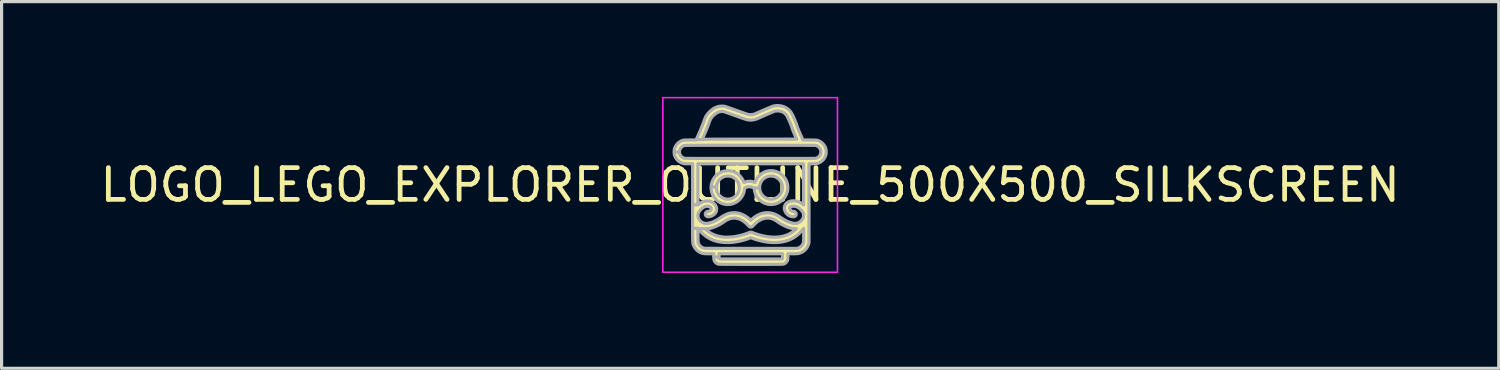
<source format=kicad_pcb>
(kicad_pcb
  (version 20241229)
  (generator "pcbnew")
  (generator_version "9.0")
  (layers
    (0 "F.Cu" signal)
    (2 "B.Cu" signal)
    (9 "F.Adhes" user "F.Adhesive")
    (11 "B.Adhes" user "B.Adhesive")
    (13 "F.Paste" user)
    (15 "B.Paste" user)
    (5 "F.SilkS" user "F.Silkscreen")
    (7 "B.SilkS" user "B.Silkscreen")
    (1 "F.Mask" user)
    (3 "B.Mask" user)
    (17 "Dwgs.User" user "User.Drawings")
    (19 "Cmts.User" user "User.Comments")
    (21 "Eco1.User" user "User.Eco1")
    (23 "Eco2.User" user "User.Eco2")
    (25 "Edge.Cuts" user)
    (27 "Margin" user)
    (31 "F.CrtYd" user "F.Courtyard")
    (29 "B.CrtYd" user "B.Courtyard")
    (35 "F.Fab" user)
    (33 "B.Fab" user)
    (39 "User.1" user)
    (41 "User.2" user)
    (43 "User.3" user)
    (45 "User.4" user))
  (footprint "LOGO_LEGO_EXPLORER_OUTLINE_500X500_SILKSCREEN"
    (layer "F.Cu")
    (at 20.577 2.775)
    (property "Reference" "LOGO_LEGO_EXPLORER_OUTLINE_500X500_SILKSCREEN" (at 0 0 0) (layer "F.SilkS") (effects (font (size 1 1) (thickness 0.15))))
    (attr exclude_from_pos_files exclude_from_bom)
    (fp_poly (pts (xy 0.703 -0.448) (xy 0.767 -0.438) (xy 0.829 -0.42) (xy 0.885 -0.396) (xy 0.944 -0.363) (xy 0.997 -0.324) (xy 1.044 -0.279) (xy 1.085 -0.229) (xy 1.12 -0.174) (xy 1.148 -0.114) (xy 1.169 -0.051) (xy 1.178 -0.013) (xy 1.181 0.012) (xy 1.184 0.043) (xy 1.185 0.077) (xy 1.185 0.111) (xy 1.183 0.142) (xy 1.18 0.168) (xy 1.18 0.171) (xy 1.166 0.228) (xy 1.146 0.285) (xy 1.119 0.341) (xy 1.095 0.381) (xy 1.079 0.404) (xy 1.057 0.429) (xy 1.032 0.456) (xy 1.006 0.481) (xy 0.98 0.504) (xy 0.957 0.522) (xy 0.952 0.525) (xy 0.896 0.558) (xy 0.837 0.584) (xy 0.776 0.602) (xy 0.715 0.612) (xy 0.654 0.616) (xy 0.593 0.612) (xy 0.534 0.601) (xy 0.476 0.583) (xy 0.42 0.559) (xy 0.367 0.528) (xy 0.318 0.491) (xy 0.273 0.448) (xy 0.232 0.398) (xy 0.197 0.343) (xy 0.189 0.327) (xy 0.17 0.287) (xy 0.155 0.247) (xy 0.144 0.205) (xy 0.135 0.158) (xy 0.13 0.123) (xy 0.127 0.098) (xy 0.123 0.096) (xy 0.297 0.096) (xy 0.302 0.145) (xy 0.313 0.193) (xy 0.331 0.24) (xy 0.357 0.285) (xy 0.39 0.328) (xy 0.393 0.332) (xy 0.432 0.369) (xy 0.476 0.399) (xy 0.523 0.422) (xy 0.573 0.438) (xy 0.626 0.446) (xy 0.68 0.447) (xy 0.734 0.44) (xy 0.782 0.426) (xy 0.829 0.404) (xy 0.872 0.376) (xy 0.911 0.341) (xy 0.945 0.301) (xy 0.973 0.257) (xy 0.983 0.237) (xy 0.994 0.21) (xy 1.003 0.188) (xy 1.009 0.166) (xy 1.012 0.144) (xy 1.014 0.118) (xy 1.014 0.087) (xy 1.014 0.083) (xy 1.014 0.051) (xy 1.012 0.025) (xy 1.009 0.002) (xy 1.004 -0.019) (xy 0.995 -0.041) (xy 0.984 -0.067) (xy 0.983 -0.07) (xy 0.956 -0.118) (xy 0.923 -0.161) (xy 0.885 -0.199) (xy 0.841 -0.23) (xy 0.792 -0.255) (xy 0.74 -0.272) (xy 0.735 -0.273) (xy 0.705 -0.278) (xy 0.67 -0.28) (xy 0.634 -0.28) (xy 0.598 -0.276) (xy 0.573 -0.271) (xy 0.522 -0.255) (xy 0.476 -0.232) (xy 0.434 -0.204) (xy 0.398 -0.17) (xy 0.366 -0.133) (xy 0.341 -0.092) (xy 0.321 -0.047) (xy 0.307 -0.001) (xy 0.299 0.047) (xy 0.297 0.096) (xy 0.123 0.096) (xy 0.1 0.084) (xy 0.066 0.07) (xy 0.03 0.061) (xy -0.009 0.057) (xy -0.023 0.057) (xy -0.064 0.059) (xy -0.1 0.066) (xy -0.135 0.079) (xy -0.146 0.084) (xy -0.173 0.098) (xy -0.18 0.15) (xy -0.193 0.217) (xy -0.214 0.281) (xy -0.242 0.341) (xy -0.276 0.396) (xy -0.318 0.446) (xy -0.365 0.491) (xy -0.419 0.531) (xy -0.475 0.563) (xy -0.535 0.588) (xy -0.597 0.605) (xy -0.642 0.612) (xy -0.664 0.614) (xy -0.69 0.616) (xy -0.715 0.616) (xy -0.738 0.615) (xy -0.754 0.614) (xy -0.808 0.605) (xy -0.856 0.593) (xy -0.9 0.578) (xy -0.935 0.561) (xy -0.992 0.528) (xy -1.045 0.489) (xy -1.092 0.443) (xy -1.133 0.392) (xy -1.167 0.336) (xy -1.171 0.329) (xy -1.195 0.275) (xy -1.213 0.221) (xy -1.224 0.166) (xy -1.229 0.107) (xy -1.229 0.102) (xy -1.062 0.102) (xy -1.06 0.135) (xy -1.055 0.165) (xy -1.046 0.196) (xy -1.041 0.21) (xy -1.021 0.255) (xy -0.995 0.297) (xy -0.963 0.335) (xy -0.922 0.372) (xy -0.877 0.403) (xy -0.829 0.426) (xy -0.778 0.441) (xy -0.75 0.445) (xy -0.728 0.448) (xy -0.712 0.449) (xy -0.696 0.449) (xy -0.678 0.447) (xy -0.662 0.446) (xy -0.609 0.435) (xy -0.559 0.417) (xy -0.512 0.392) (xy -0.47 0.36) (xy -0.432 0.323) (xy -0.4 0.28) (xy -0.375 0.233) (xy -0.369 0.22) (xy -0.358 0.188) (xy -0.35 0.158) (xy -0.346 0.126) (xy -0.344 0.09) (xy -0.344 0.083) (xy -0.348 0.027) (xy -0.359 -0.026) (xy -0.378 -0.075) (xy -0.405 -0.121) (xy -0.439 -0.164) (xy -0.446 -0.171) (xy -0.487 -0.208) (xy -0.532 -0.238) (xy -0.58 -0.259) (xy -0.631 -0.274) (xy -0.686 -0.28) (xy -0.708 -0.28) (xy -0.748 -0.278) (xy -0.783 -0.273) (xy -0.817 -0.262) (xy -0.854 -0.247) (xy -0.865 -0.242) (xy -0.912 -0.214) (xy -0.953 -0.18) (xy -0.988 -0.14) (xy -1.018 -0.095) (xy -1.041 -0.044) (xy -1.046 -0.029) (xy -1.052 -0.01) (xy -1.056 0.006) (xy -1.059 0.023) (xy -1.061 0.042) (xy -1.062 0.064) (xy -1.062 0.102) (xy -1.229 0.102) (xy -1.23 0.083) (xy -1.227 0.022) (xy -1.218 -0.034) (xy -1.203 -0.089) (xy -1.18 -0.143) (xy -1.171 -0.162) (xy -1.137 -0.218) (xy -1.099 -0.269) (xy -1.055 -0.313) (xy -1.007 -0.352) (xy -0.956 -0.384) (xy -0.902 -0.41) (xy -0.845 -0.429) (xy -0.787 -0.442) (xy -0.727 -0.448) (xy -0.667 -0.448) (xy -0.608 -0.44) (xy -0.549 -0.426) (xy -0.491 -0.404) (xy -0.435 -0.376) (xy -0.382 -0.34) (xy -0.345 -0.308) (xy -0.313 -0.276) (xy -0.283 -0.238) (xy -0.255 -0.198) (xy -0.231 -0.156) (xy -0.212 -0.116) (xy -0.21 -0.11) (xy -0.204 -0.094) (xy -0.199 -0.085) (xy -0.195 -0.081) (xy -0.192 -0.081) (xy -0.135 -0.101) (xy -0.076 -0.112) (xy -0.017 -0.116) (xy 0.036 -0.112) (xy 0.055 -0.109) (xy 0.078 -0.103) (xy 0.103 -0.096) (xy 0.126 -0.089) (xy 0.146 -0.082) (xy 0.148 -0.081) (xy 0.152 -0.083) (xy 0.157 -0.092) (xy 0.16 -0.099) (xy 0.187 -0.158) (xy 0.22 -0.214) (xy 0.259 -0.265) (xy 0.304 -0.311) (xy 0.353 -0.351) (xy 0.407 -0.385) (xy 0.464 -0.412) (xy 0.508 -0.428) (xy 0.574 -0.443) (xy 0.639 -0.449)) (stroke (width 0) (type solid)) (fill yes) (layer "F.SilkS"))
    (fp_poly (pts (xy 0.925 -2.496) (xy 0.991 -2.485) (xy 1.042 -2.471) (xy 1.089 -2.452) (xy 1.136 -2.426) (xy 1.181 -2.396) (xy 1.222 -2.363) (xy 1.258 -2.326) (xy 1.287 -2.288) (xy 1.288 -2.286) (xy 1.304 -2.259) (xy 1.322 -2.226) (xy 1.341 -2.188) (xy 1.362 -2.145) (xy 1.382 -2.1) (xy 1.403 -2.053) (xy 1.422 -2.006) (xy 1.44 -1.96) (xy 1.457 -1.917) (xy 1.47 -1.878) (xy 1.481 -1.844) (xy 1.483 -1.834) (xy 1.487 -1.824) (xy 1.493 -1.807) (xy 1.502 -1.784) (xy 1.513 -1.757) (xy 1.526 -1.725) (xy 1.541 -1.69) (xy 1.557 -1.653) (xy 1.574 -1.614) (xy 1.576 -1.61) (xy 1.66 -1.417) (xy 1.873 -1.416) (xy 1.922 -1.415) (xy 1.964 -1.415) (xy 1.999 -1.415) (xy 2.028 -1.414) (xy 2.052 -1.413) (xy 2.072 -1.412) (xy 2.089 -1.41) (xy 2.103 -1.408) (xy 2.115 -1.406) (xy 2.126 -1.403) (xy 2.137 -1.399) (xy 2.149 -1.394) (xy 2.162 -1.389) (xy 2.163 -1.389) (xy 2.211 -1.365) (xy 2.255 -1.334) (xy 2.294 -1.297) (xy 2.329 -1.256) (xy 2.356 -1.211) (xy 2.371 -1.178) (xy 2.387 -1.126) (xy 2.395 -1.073) (xy 2.396 -1.02) (xy 2.389 -0.968) (xy 2.375 -0.918) (xy 2.354 -0.87) (xy 2.328 -0.826) (xy 2.295 -0.785) (xy 2.256 -0.749) (xy 2.212 -0.718) (xy 2.166 -0.695) (xy 2.145 -0.687) (xy 2.124 -0.68) (xy 2.102 -0.675) (xy 2.078 -0.671) (xy 2.051 -0.669) (xy 2.018 -0.667) (xy 1.979 -0.667) (xy 1.957 -0.667) (xy 1.854 -0.667) (xy 1.853 0.578) (xy 1.852 1.823) (xy 1.842 1.856) (xy 1.822 1.913) (xy 1.794 1.966) (xy 1.76 2.014) (xy 1.738 2.038) (xy 1.695 2.078) (xy 1.647 2.111) (xy 1.595 2.136) (xy 1.573 2.144) (xy 1.555 2.15) (xy 1.539 2.155) (xy 1.521 2.158) (xy 1.503 2.161) (xy 1.481 2.163) (xy 1.456 2.165) (xy 1.426 2.166) (xy 1.39 2.166) (xy 1.348 2.167) (xy 1.331 2.167) (xy 1.188 2.167) (xy 1.187 2.261) (xy 1.185 2.356) (xy 1.17 2.389) (xy 1.149 2.424) (xy 1.122 2.452) (xy 1.09 2.475) (xy 1.054 2.491) (xy 1.044 2.494) (xy 1.04 2.494) (xy 1.036 2.495) (xy 1.029 2.496) (xy 1.021 2.496) (xy 1.01 2.497) (xy 0.997 2.497) (xy 0.981 2.497) (xy 0.962 2.498) (xy 0.939 2.498) (xy 0.912 2.498) (xy 0.882 2.499) (xy 0.846 2.499) (xy 0.806 2.499) (xy 0.761 2.499) (xy 0.711 2.499) (xy 0.655 2.5) (xy 0.593 2.5) (xy 0.524 2.5) (xy 0.449 2.5) (xy 0.367 2.5) (xy 0.278 2.5) (xy 0.181 2.5) (xy 0.077 2.5) (xy 0.019 2.5) (xy -0.091 2.5) (xy -0.192 2.5) (xy -0.286 2.5) (xy -0.372 2.5) (xy -0.451 2.499) (xy -0.523 2.499) (xy -0.589 2.499) (xy -0.649 2.499) (xy -0.703 2.499) (xy -0.751 2.499) (xy -0.793 2.499) (xy -0.831 2.498) (xy -0.864 2.498) (xy -0.893 2.498) (xy -0.918 2.497) (xy -0.939 2.497) (xy -0.956 2.497) (xy -0.97 2.496) (xy -0.982 2.496) (xy -0.99 2.495) (xy -0.997 2.495) (xy -1.001 2.494) (xy -1.004 2.493) (xy -1.038 2.481) (xy -1.068 2.461) (xy -1.089 2.443) (xy -1.105 2.425) (xy -1.119 2.407) (xy -1.129 2.389) (xy -1.136 2.368) (xy -1.141 2.344) (xy -1.144 2.315) (xy -1.146 2.28) (xy -1.146 2.249) (xy -1.146 2.242) (xy -0.979 2.242) (xy -0.979 2.269) (xy -0.979 2.288) (xy -0.978 2.302) (xy -0.977 2.312) (xy -0.976 2.318) (xy -0.973 2.322) (xy -0.971 2.325) (xy -0.97 2.326) (xy -0.969 2.327) (xy -0.967 2.328) (xy -0.964 2.328) (xy -0.96 2.329) (xy -0.954 2.329) (xy -0.947 2.33) (xy -0.937 2.33) (xy -0.925 2.331) (xy -0.91 2.331) (xy -0.892 2.332) (xy -0.87 2.332) (xy -0.845 2.332) (xy -0.815 2.332) (xy -0.782 2.333) (xy -0.743 2.333) (xy -0.7 2.333) (xy -0.651 2.333) (xy -0.596 2.333) (xy -0.536 2.333) (xy -0.469 2.333) (xy -0.395 2.333) (xy -0.315 2.333) (xy -0.227 2.333) (xy -0.132 2.333) (xy -0.029 2.333) (xy 0.021 2.333) (xy 0.128 2.333) (xy 0.226 2.333) (xy 0.317 2.333) (xy 0.401 2.333) (xy 0.478 2.333) (xy 0.547 2.333) (xy 0.611 2.333) (xy 0.668 2.333) (xy 0.72 2.333) (xy 0.766 2.333) (xy 0.806 2.333) (xy 0.842 2.333) (xy 0.874 2.332) (xy 0.901 2.332) (xy 0.924 2.332) (xy 0.944 2.331) (xy 0.96 2.331) (xy 0.974 2.331) (xy 0.984 2.33) (xy 0.993 2.33) (xy 0.999 2.329) (xy 1.004 2.329) (xy 1.007 2.328) (xy 1.009 2.327) (xy 1.011 2.326) (xy 1.012 2.325) (xy 1.012 2.325) (xy 1.015 2.321) (xy 1.018 2.317) (xy 1.019 2.31) (xy 1.02 2.299) (xy 1.021 2.284) (xy 1.021 2.263) (xy 1.021 2.242) (xy 1.021 2.167) (xy 0.021 2.167) (xy -0.979 2.167) (xy -0.979 2.242) (xy -1.146 2.242) (xy -1.146 2.167) (xy -1.289 2.167) (xy -1.335 2.167) (xy -1.373 2.166) (xy -1.405 2.165) (xy -1.432 2.164) (xy -1.456 2.162) (xy -1.476 2.159) (xy -1.494 2.155) (xy -1.511 2.151) (xy -1.529 2.145) (xy -1.542 2.14) (xy -1.584 2.122) (xy -1.622 2.1) (xy -1.658 2.073) (xy -1.69 2.044) (xy -1.722 2.008) (xy -1.748 1.972) (xy -1.77 1.934) (xy -1.786 1.896) (xy -1.788 1.89) (xy -1.791 1.884) (xy -1.793 1.878) (xy -1.795 1.873) (xy -1.797 1.867) (xy -1.799 1.861) (xy -1.8 1.855) (xy -1.802 1.847) (xy -1.803 1.838) (xy -1.805 1.827) (xy -1.806 1.814) (xy -1.807 1.799) (xy -1.808 1.782) (xy -1.808 1.762) (xy -1.809 1.739) (xy -1.81 1.712) (xy -1.81 1.682) (xy -1.811 1.648) (xy -1.811 1.61) (xy -1.812 1.567) (xy -1.812 1.52) (xy -1.812 1.467) (xy -1.812 1.409) (xy -1.812 1.365) (xy -1.646 1.365) (xy -1.645 1.581) (xy -1.644 1.629) (xy -1.644 1.67) (xy -1.644 1.703) (xy -1.643 1.731) (xy -1.643 1.753) (xy -1.642 1.771) (xy -1.642 1.785) (xy -1.641 1.795) (xy -1.64 1.804) (xy -1.638 1.811) (xy -1.637 1.817) (xy -1.635 1.823) (xy -1.634 1.825) (xy -1.614 1.869) (xy -1.589 1.907) (xy -1.558 1.938) (xy -1.522 1.964) (xy -1.485 1.982) (xy -1.467 1.988) (xy -1.45 1.993) (xy -1.438 1.996) (xy -1.432 1.996) (xy -1.418 1.996) (xy -1.397 1.997) (xy -1.368 1.997) (xy -1.333 1.997) (xy -1.29 1.997) (xy -1.241 1.997) (xy -1.185 1.997) (xy -1.124 1.998) (xy -1.057 1.998) (xy -0.985 1.998) (xy -0.908 1.998) (xy -0.826 1.998) (xy -0.74 1.998) (xy -0.65 1.998) (xy -0.555 1.998) (xy -0.458 1.998) (xy -0.357 1.999) (xy -0.254 1.999) (xy -0.148 1.999) (xy -0.039 1.999) (xy 0.033 1.998) (xy 1.485 1.998) (xy 1.512 1.988) (xy 1.549 1.972) (xy 1.581 1.953) (xy 1.61 1.928) (xy 1.613 1.925) (xy 1.639 1.896) (xy 1.659 1.864) (xy 1.675 1.827) (xy 1.676 1.825) (xy 1.678 1.819) (xy 1.679 1.813) (xy 1.681 1.806) (xy 1.682 1.798) (xy 1.683 1.789) (xy 1.684 1.776) (xy 1.685 1.76) (xy 1.685 1.739) (xy 1.685 1.713) (xy 1.686 1.682) (xy 1.686 1.644) (xy 1.686 1.598) (xy 1.686 1.581) (xy 1.687 1.365) (xy 1.678 1.377) (xy 1.618 1.45) (xy 1.557 1.516) (xy 1.493 1.574) (xy 1.426 1.625) (xy 1.356 1.67) (xy 1.282 1.708) (xy 1.214 1.737) (xy 1.129 1.766) (xy 1.039 1.788) (xy 0.945 1.804) (xy 0.847 1.813) (xy 0.746 1.815) (xy 0.642 1.81) (xy 0.536 1.799) (xy 0.427 1.782) (xy 0.318 1.757) (xy 0.207 1.727) (xy 0.095 1.69) (xy 0.082 1.685) (xy 0.021 1.662) (xy -0.034 1.683) (xy -0.115 1.711) (xy -0.195 1.736) (xy -0.27 1.756) (xy -0.385 1.781) (xy -0.498 1.8) (xy -0.608 1.811) (xy -0.714 1.815) (xy -0.817 1.812) (xy -0.916 1.802) (xy -1.012 1.785) (xy -1.103 1.761) (xy -1.173 1.736) (xy -1.249 1.704) (xy -1.32 1.666) (xy -1.387 1.623) (xy -1.451 1.573) (xy -1.513 1.518) (xy -1.572 1.455) (xy -1.631 1.384) (xy -1.634 1.379) (xy -1.416 1.379) (xy -1.381 1.413) (xy -1.323 1.462) (xy -1.262 1.505) (xy -1.197 1.543) (xy -1.127 1.574) (xy -1.052 1.6) (xy -0.971 1.62) (xy -0.884 1.635) (xy -0.817 1.643) (xy -0.798 1.644) (xy -0.773 1.645) (xy -0.743 1.645) (xy -0.709 1.644) (xy -0.673 1.643) (xy -0.638 1.641) (xy -0.604 1.639) (xy -0.573 1.637) (xy -0.547 1.635) (xy -0.535 1.634) (xy -0.431 1.617) (xy -0.328 1.595) (xy -0.226 1.568) (xy -0.128 1.536) (xy -0.054 1.508) (xy -0.027 1.498) (xy -0.006 1.491) (xy 0.012 1.487) (xy 0.029 1.488) (xy 0.047 1.491) (xy 0.068 1.498) (xy 0.087 1.506) (xy 0.15 1.53) (xy 0.219 1.553) (xy 0.291 1.575) (xy 0.364 1.594) (xy 0.435 1.61) (xy 0.456 1.614) (xy 0.563 1.632) (xy 0.667 1.642) (xy 0.766 1.646) (xy 0.862 1.642) (xy 0.953 1.632) (xy 1.04 1.614) (xy 1.123 1.589) (xy 1.201 1.558) (xy 1.275 1.519) (xy 1.345 1.474) (xy 1.41 1.421) (xy 1.423 1.409) (xy 1.455 1.379) (xy 1.416 1.379) (xy 1.362 1.376) (xy 1.305 1.366) (xy 1.244 1.351) (xy 1.18 1.329) (xy 1.114 1.302) (xy 1.047 1.27) (xy 0.979 1.234) (xy 0.912 1.192) (xy 0.873 1.166) (xy 0.837 1.141) (xy 0.807 1.122) (xy 0.78 1.106) (xy 0.755 1.092) (xy 0.731 1.081) (xy 0.705 1.072) (xy 0.684 1.064) (xy 0.626 1.049) (xy 0.567 1.042) (xy 0.509 1.044) (xy 0.45 1.053) (xy 0.39 1.071) (xy 0.33 1.096) (xy 0.327 1.098) (xy 0.284 1.121) (xy 0.243 1.148) (xy 0.202 1.179) (xy 0.161 1.216) (xy 0.118 1.258) (xy 0.092 1.286) (xy 0.077 1.301) (xy 0.066 1.312) (xy 0.058 1.318) (xy 0.049 1.322) (xy 0.04 1.324) (xy 0.02 1.326) (xy -0.000298 1.323) (xy -0.007 1.321) (xy -0.014 1.318) (xy -0.022 1.312) (xy -0.032 1.304) (xy -0.045 1.293) (xy -0.061 1.277) (xy -0.082 1.256) (xy -0.088 1.25) (xy -0.135 1.204) (xy -0.18 1.166) (xy -0.224 1.134) (xy -0.267 1.107) (xy -0.311 1.085) (xy -0.357 1.068) (xy -0.38 1.061) (xy -0.44 1.048) (xy -0.5 1.043) (xy -0.56 1.046) (xy -0.621 1.058) (xy -0.681 1.078) (xy -0.692 1.083) (xy -0.713 1.092) (xy -0.731 1.102) (xy -0.75 1.112) (xy -0.771 1.125) (xy -0.795 1.14) (xy -0.823 1.16) (xy -0.833 1.167) (xy -0.911 1.218) (xy -0.988 1.262) (xy -1.065 1.3) (xy -1.143 1.331) (xy -1.187 1.346) (xy -1.232 1.36) (xy -1.272 1.369) (xy -1.309 1.376) (xy -1.344 1.379) (xy -1.37 1.38) (xy -1.416 1.379) (xy -1.634 1.379) (xy -1.636 1.377) (xy -1.646 1.365) (xy -1.812 1.365) (xy -1.812 1.346) (xy -1.812 1.276) (xy -1.812 1.201) (xy -1.813 1.118) (xy -1.813 1.029) (xy -1.813 0.933) (xy -1.813 0.83) (xy -1.813 0.718) (xy -1.813 0.599) (xy -1.812 0.56) (xy -1.812 -0.02) (xy -1.646 -0.02) (xy -1.646 0.626) (xy -1.636 0.618) (xy -1.628 0.612) (xy -1.616 0.603) (xy -1.602 0.591) (xy -1.597 0.588) (xy -1.57 0.57) (xy -1.538 0.551) (xy -1.503 0.535) (xy -1.469 0.522) (xy -1.45 0.516) (xy -1.425 0.511) (xy -1.396 0.508) (xy -1.363 0.506) (xy -1.33 0.506) (xy -1.299 0.508) (xy -1.272 0.511) (xy -1.258 0.514) (xy -1.214 0.53) (xy -1.174 0.553) (xy -1.139 0.581) (xy -1.108 0.615) (xy -1.085 0.652) (xy -1.068 0.693) (xy -1.065 0.704) (xy -1.06 0.729) (xy -1.059 0.757) (xy -1.06 0.787) (xy -1.063 0.815) (xy -1.069 0.838) (xy -1.07 0.842) (xy -1.085 0.87) (xy -1.106 0.899) (xy -1.131 0.926) (xy -1.16 0.949) (xy -1.177 0.96) (xy -1.207 0.974) (xy -1.239 0.986) (xy -1.271 0.994) (xy -1.302 0.999) (xy -1.33 1) (xy -1.354 0.996) (xy -1.366 0.992) (xy -1.387 0.977) (xy -1.402 0.958) (xy -1.41 0.935) (xy -1.412 0.912) (xy -1.407 0.888) (xy -1.397 0.87) (xy -1.383 0.854) (xy -1.365 0.843) (xy -1.341 0.836) (xy -1.324 0.833) (xy -1.296 0.827) (xy -1.27 0.817) (xy -1.248 0.805) (xy -1.237 0.795) (xy -1.228 0.783) (xy -1.225 0.77) (xy -1.225 0.765) (xy -1.229 0.74) (xy -1.241 0.717) (xy -1.26 0.698) (xy -1.285 0.683) (xy -1.285 0.683) (xy -1.298 0.678) (xy -1.312 0.675) (xy -1.329 0.673) (xy -1.344 0.673) (xy -1.378 0.675) (xy -1.409 0.68) (xy -1.439 0.69) (xy -1.456 0.698) (xy -1.488 0.717) (xy -1.52 0.741) (xy -1.551 0.771) (xy -1.58 0.803) (xy -1.605 0.838) (xy -1.625 0.872) (xy -1.638 0.905) (xy -1.638 0.906) (xy -1.643 0.922) (xy -1.645 0.937) (xy -1.645 0.955) (xy -1.645 0.974) (xy -1.641 1.008) (xy -1.634 1.038) (xy -1.621 1.067) (xy -1.605 1.093) (xy -1.577 1.129) (xy -1.543 1.159) (xy -1.505 1.183) (xy -1.463 1.2) (xy -1.418 1.209) (xy -1.37 1.212) (xy -1.321 1.207) (xy -1.307 1.204) (xy -1.253 1.19) (xy -1.2 1.173) (xy -1.146 1.151) (xy -1.091 1.125) (xy -1.034 1.093) (xy -0.973 1.056) (xy -0.935 1.031) (xy -0.886 0.999) (xy -0.842 0.972) (xy -0.802 0.95) (xy -0.765 0.932) (xy -0.73 0.916) (xy -0.695 0.904) (xy -0.669 0.896) (xy -0.605 0.882) (xy -0.539 0.875) (xy -0.471 0.875) (xy -0.404 0.882) (xy -0.339 0.896) (xy -0.339 0.896) (xy -0.277 0.917) (xy -0.215 0.945) (xy -0.153 0.978) (xy -0.094 1.018) (xy -0.039 1.061) (xy -0.014 1.085) (xy 0.016 1.114) (xy 0.044 1.089) (xy 0.069 1.067) (xy 0.091 1.049) (xy 0.111 1.032) (xy 0.133 1.017) (xy 0.158 0.999) (xy 0.163 0.996) (xy 0.229 0.956) (xy 0.297 0.923) (xy 0.366 0.899) (xy 0.436 0.883) (xy 0.506 0.875) (xy 0.577 0.875) (xy 0.648 0.884) (xy 0.718 0.901) (xy 0.738 0.907) (xy 0.779 0.922) (xy 0.824 0.942) (xy 0.869 0.966) (xy 0.911 0.991) (xy 0.925 1) (xy 0.974 1.033) (xy 1.017 1.061) (xy 1.056 1.085) (xy 1.091 1.106) (xy 1.124 1.124) (xy 1.155 1.139) (xy 1.186 1.153) (xy 1.218 1.165) (xy 1.251 1.177) (xy 1.273 1.185) (xy 1.321 1.199) (xy 1.364 1.208) (xy 1.402 1.212) (xy 1.437 1.211) (xy 1.47 1.206) (xy 1.503 1.196) (xy 1.533 1.183) (xy 1.561 1.166) (xy 1.59 1.144) (xy 1.617 1.118) (xy 1.64 1.092) (xy 1.651 1.077) (xy 1.668 1.043) (xy 1.68 1.004) (xy 1.684 0.965) (xy 1.681 0.925) (xy 1.675 0.898) (xy 1.662 0.869) (xy 1.643 0.837) (xy 1.619 0.805) (xy 1.591 0.774) (xy 1.56 0.746) (xy 1.528 0.721) (xy 1.495 0.701) (xy 1.49 0.698) (xy 1.454 0.683) (xy 1.418 0.674) (xy 1.378 0.67) (xy 1.358 0.67) (xy 1.323 0.671) (xy 1.295 0.677) (xy 1.273 0.687) (xy 1.256 0.7) (xy 1.246 0.716) (xy 1.244 0.735) (xy 1.249 0.756) (xy 1.254 0.766) (xy 1.27 0.792) (xy 1.289 0.811) (xy 1.313 0.824) (xy 1.342 0.832) (xy 1.357 0.834) (xy 1.384 0.838) (xy 1.404 0.844) (xy 1.408 0.846) (xy 1.428 0.862) (xy 1.442 0.881) (xy 1.449 0.904) (xy 1.449 0.927) (xy 1.443 0.95) (xy 1.43 0.972) (xy 1.422 0.98) (xy 1.41 0.989) (xy 1.397 0.995) (xy 1.381 0.999) (xy 1.359 1) (xy 1.353 1) (xy 1.306 0.996) (xy 1.261 0.984) (xy 1.219 0.965) (xy 1.181 0.938) (xy 1.147 0.905) (xy 1.129 0.882) (xy 1.105 0.841) (xy 1.088 0.8) (xy 1.079 0.759) (xy 1.077 0.718) (xy 1.082 0.679) (xy 1.095 0.642) (xy 1.115 0.608) (xy 1.142 0.577) (xy 1.176 0.551) (xy 1.207 0.533) (xy 1.251 0.516) (xy 1.299 0.505) (xy 1.35 0.501) (xy 1.402 0.502) (xy 1.455 0.51) (xy 1.507 0.524) (xy 1.557 0.543) (xy 1.569 0.549) (xy 1.588 0.559) (xy 1.61 0.573) (xy 1.632 0.588) (xy 1.652 0.603) (xy 1.667 0.616) (xy 1.683 0.63) (xy 1.683 -0.018) (xy 1.683 -0.667) (xy 0.019 -0.667) (xy -1.646 -0.667) (xy -1.646 -0.02) (xy -1.812 -0.02) (xy -1.812 -0.667) (xy -1.935 -0.667) (xy -1.967 -0.667) (xy -1.998 -0.667) (xy -2.026 -0.668) (xy -2.05 -0.669) (xy -2.069 -0.67) (xy -2.08 -0.671) (xy -2.082 -0.671) (xy -2.136 -0.685) (xy -2.187 -0.706) (xy -2.233 -0.734) (xy -2.276 -0.768) (xy -2.313 -0.808) (xy -2.344 -0.853) (xy -2.359 -0.881) (xy -2.372 -0.911) (xy -2.381 -0.937) (xy -2.388 -0.961) (xy -2.392 -0.987) (xy -2.393 -1.017) (xy -2.394 -1.037) (xy -2.228 -1.037) (xy -2.226 -1.011) (xy -2.215 -0.971) (xy -2.197 -0.934) (xy -2.173 -0.902) (xy -2.143 -0.875) (xy -2.109 -0.855) (xy -2.071 -0.841) (xy -2.068 -0.84) (xy -2.065 -0.839) (xy -2.06 -0.839) (xy -2.053 -0.839) (xy -2.044 -0.838) (xy -2.032 -0.838) (xy -2.017 -0.837) (xy -1.999 -0.837) (xy -1.978 -0.837) (xy -1.953 -0.837) (xy -1.925 -0.836) (xy -1.893 -0.836) (xy -1.857 -0.836) (xy -1.817 -0.836) (xy -1.772 -0.835) (xy -1.723 -0.835) (xy -1.669 -0.835) (xy -1.609 -0.835) (xy -1.545 -0.835) (xy -1.475 -0.835) (xy -1.399 -0.834) (xy -1.317 -0.834) (xy -1.23 -0.834) (xy -1.135 -0.834) (xy -1.035 -0.834) (xy -0.927 -0.834) (xy -0.813 -0.834) (xy -0.692 -0.834) (xy -0.563 -0.834) (xy -0.427 -0.834) (xy -0.283 -0.834) (xy -0.13 -0.834) (xy -0.004 -0.834) (xy 0.177 -0.834) (xy 0.349 -0.834) (xy 0.513 -0.834) (xy 0.669 -0.834) (xy 0.816 -0.834) (xy 0.955 -0.834) (xy 1.086 -0.834) (xy 1.209 -0.834) (xy 1.323 -0.834) (xy 1.429 -0.834) (xy 1.527 -0.834) (xy 1.616 -0.835) (xy 1.697 -0.835) (xy 1.77 -0.835) (xy 1.835 -0.835) (xy 1.892 -0.836) (xy 1.94 -0.836) (xy 1.98 -0.836) (xy 2.012 -0.836) (xy 2.036 -0.837) (xy 2.051 -0.837) (xy 2.058 -0.838) (xy 2.059 -0.838) (xy 2.096 -0.849) (xy 2.13 -0.866) (xy 2.16 -0.89) (xy 2.186 -0.918) (xy 2.206 -0.951) (xy 2.22 -0.986) (xy 2.227 -1.023) (xy 2.227 -1.061) (xy 2.226 -1.072) (xy 2.215 -1.111) (xy 2.198 -1.148) (xy 2.174 -1.18) (xy 2.145 -1.207) (xy 2.112 -1.228) (xy 2.075 -1.242) (xy 2.059 -1.246) (xy 2.053 -1.246) (xy 2.038 -1.247) (xy 2.016 -1.247) (xy 1.985 -1.247) (xy 1.946 -1.247) (xy 1.898 -1.248) (xy 1.843 -1.248) (xy 1.779 -1.248) (xy 1.707 -1.249) (xy 1.627 -1.249) (xy 1.538 -1.249) (xy 1.441 -1.249) (xy 1.336 -1.249) (xy 1.222 -1.249) (xy 1.101 -1.25) (xy 0.971 -1.25) (xy 0.832 -1.25) (xy 0.686 -1.25) (xy 0.531 -1.25) (xy 0.367 -1.25) (xy 0.196 -1.25) (xy 0.016 -1.25) (xy -0.002 -1.25) (xy -0.159 -1.25) (xy -0.307 -1.25) (xy -0.448 -1.25) (xy -0.581 -1.25) (xy -0.707 -1.25) (xy -0.826 -1.25) (xy -0.937 -1.25) (xy -1.042 -1.25) (xy -1.14 -1.25) (xy -1.232 -1.25) (xy -1.318 -1.25) (xy -1.397 -1.25) (xy -1.471 -1.25) (xy -1.54 -1.249) (xy -1.603 -1.249) (xy -1.661 -1.249) (xy -1.714 -1.249) (xy -1.763 -1.249) (xy -1.808 -1.248) (xy -1.848 -1.248) (xy -1.884 -1.247) (xy -1.916 -1.247) (xy -1.945 -1.247) (xy -1.971 -1.246) (xy -1.994 -1.245) (xy -2.013 -1.245) (xy -2.03 -1.244) (xy -2.045 -1.243) (xy -2.058 -1.242) (xy -2.068 -1.241) (xy -2.077 -1.24) (xy -2.084 -1.239) (xy -2.09 -1.238) (xy -2.094 -1.237) (xy -2.098 -1.236) (xy -2.101 -1.234) (xy -2.104 -1.233) (xy -2.107 -1.231) (xy -2.109 -1.23) (xy -2.112 -1.228) (xy -2.115 -1.226) (xy -2.118 -1.225) (xy -2.149 -1.204) (xy -2.176 -1.178) (xy -2.199 -1.146) (xy -2.215 -1.112) (xy -2.225 -1.075) (xy -2.228 -1.037) (xy -2.394 -1.037) (xy -2.394 -1.042) (xy -2.393 -1.076) (xy -2.391 -1.104) (xy -2.386 -1.129) (xy -2.379 -1.154) (xy -2.368 -1.18) (xy -2.359 -1.202) (xy -2.331 -1.251) (xy -2.297 -1.294) (xy -2.258 -1.332) (xy -2.212 -1.363) (xy -2.181 -1.379) (xy -2.165 -1.387) (xy -2.151 -1.394) (xy -2.138 -1.399) (xy -2.125 -1.403) (xy -2.111 -1.407) (xy -2.096 -1.409) (xy -2.079 -1.411) (xy -2.058 -1.413) (xy -2.033 -1.414) (xy -2.003 -1.415) (xy -1.967 -1.415) (xy -1.924 -1.415) (xy -1.893 -1.416) (xy -1.701 -1.417) (xy -1.697 -1.427) (xy -1.512 -1.427) (xy -1.509 -1.426) (xy -1.503 -1.427) (xy -1.494 -1.429) (xy -1.481 -1.432) (xy -1.464 -1.435) (xy -1.463 -1.436) (xy -1.46 -1.436) (xy -1.454 -1.437) (xy -1.447 -1.437) (xy -1.438 -1.438) (xy -1.427 -1.438) (xy -1.413 -1.438) (xy -1.396 -1.439) (xy -1.376 -1.439) (xy -1.352 -1.439) (xy -1.325 -1.44) (xy -1.294 -1.44) (xy -1.259 -1.44) (xy -1.22 -1.44) (xy -1.175 -1.441) (xy -1.126 -1.441) (xy -1.072 -1.441) (xy -1.013 -1.441) (xy -0.948 -1.441) (xy -0.877 -1.441) (xy -0.799 -1.441) (xy -0.716 -1.441) (xy -0.625 -1.442) (xy -0.528 -1.442) (xy -0.424 -1.442) (xy -0.312 -1.442) (xy -0.193 -1.442) (xy -0.065 -1.442) (xy 0.015 -1.442) (xy 0.124 -1.442) (xy 0.231 -1.442) (xy 0.336 -1.442) (xy 0.438 -1.442) (xy 0.537 -1.442) (xy 0.633 -1.442) (xy 0.724 -1.442) (xy 0.812 -1.442) (xy 0.896 -1.442) (xy 0.975 -1.442) (xy 1.05 -1.442) (xy 1.119 -1.443) (xy 1.183 -1.443) (xy 1.241 -1.443) (xy 1.293 -1.443) (xy 1.338 -1.443) (xy 1.377 -1.443) (xy 1.409 -1.444) (xy 1.434 -1.444) (xy 1.451 -1.444) (xy 1.461 -1.444) (xy 1.462 -1.444) (xy 1.461 -1.449) (xy 1.456 -1.46) (xy 1.449 -1.477) (xy 1.44 -1.499) (xy 1.428 -1.526) (xy 1.415 -1.556) (xy 1.401 -1.588) (xy 1.396 -1.6) (xy 1.381 -1.634) (xy 1.367 -1.668) (xy 1.354 -1.699) (xy 1.343 -1.726) (xy 1.334 -1.749) (xy 1.327 -1.767) (xy 1.324 -1.779) (xy 1.323 -1.78) (xy 1.317 -1.805) (xy 1.306 -1.836) (xy 1.294 -1.872) (xy 1.278 -1.912) (xy 1.261 -1.955) (xy 1.243 -1.998) (xy 1.223 -2.042) (xy 1.204 -2.085) (xy 1.188 -2.119) (xy 1.173 -2.148) (xy 1.161 -2.171) (xy 1.15 -2.189) (xy 1.14 -2.204) (xy 1.131 -2.216) (xy 1.127 -2.22) (xy 1.091 -2.254) (xy 1.049 -2.283) (xy 1.002 -2.306) (xy 0.956 -2.321) (xy 0.929 -2.327) (xy 0.897 -2.33) (xy 0.862 -2.331) (xy 0.828 -2.33) (xy 0.796 -2.327) (xy 0.771 -2.322) (xy 0.762 -2.319) (xy 0.746 -2.312) (xy 0.723 -2.304) (xy 0.696 -2.292) (xy 0.663 -2.279) (xy 0.627 -2.263) (xy 0.587 -2.246) (xy 0.545 -2.228) (xy 0.501 -2.209) (xy 0.483 -2.201) (xy 0.439 -2.181) (xy 0.396 -2.163) (xy 0.356 -2.145) (xy 0.319 -2.129) (xy 0.286 -2.114) (xy 0.257 -2.102) (xy 0.233 -2.092) (xy 0.216 -2.084) (xy 0.205 -2.079) (xy 0.202 -2.078) (xy 0.17 -2.067) (xy 0.133 -2.058) (xy 0.093 -2.05) (xy 0.052 -2.045) (xy 0.013 -2.043) (xy -0.019 -2.044) (xy -0.033 -2.045) (xy -0.046 -2.047) (xy -0.06 -2.049) (xy -0.074 -2.051) (xy -0.09 -2.055) (xy -0.107 -2.059) (xy -0.127 -2.065) (xy -0.15 -2.071) (xy -0.176 -2.08) (xy -0.206 -2.09) (xy -0.241 -2.102) (xy -0.281 -2.116) (xy -0.327 -2.132) (xy -0.379 -2.151) (xy -0.438 -2.172) (xy -0.476 -2.186) (xy -0.528 -2.204) (xy -0.578 -2.222) (xy -0.625 -2.239) (xy -0.67 -2.254) (xy -0.711 -2.269) (xy -0.748 -2.281) (xy -0.779 -2.292) (xy -0.806 -2.301) (xy -0.826 -2.308) (xy -0.84 -2.312) (xy -0.845 -2.313) (xy -0.889 -2.316) (xy -0.934 -2.312) (xy -0.98 -2.301) (xy -1.027 -2.282) (xy -1.073 -2.256) (xy -1.118 -2.224) (xy -1.16 -2.186) (xy -1.163 -2.184) (xy -1.204 -2.138) (xy -1.237 -2.09) (xy -1.264 -2.04) (xy -1.283 -1.99) (xy -1.288 -1.975) (xy -1.295 -1.954) (xy -1.305 -1.929) (xy -1.315 -1.901) (xy -1.326 -1.871) (xy -1.333 -1.855) (xy -1.343 -1.829) (xy -1.353 -1.805) (xy -1.36 -1.784) (xy -1.366 -1.769) (xy -1.37 -1.759) (xy -1.371 -1.756) (xy -1.372 -1.752) (xy -1.377 -1.741) (xy -1.384 -1.724) (xy -1.394 -1.701) (xy -1.406 -1.675) (xy -1.419 -1.644) (xy -1.433 -1.611) (xy -1.442 -1.592) (xy -1.457 -1.558) (xy -1.471 -1.526) (xy -1.483 -1.497) (xy -1.494 -1.472) (xy -1.503 -1.452) (xy -1.509 -1.437) (xy -1.512 -1.429) (xy -1.512 -1.427) (xy -1.697 -1.427) (xy -1.615 -1.614) (xy -1.598 -1.653) (xy -1.582 -1.69) (xy -1.567 -1.725) (xy -1.554 -1.756) (xy -1.542 -1.783) (xy -1.533 -1.806) (xy -1.526 -1.822) (xy -1.522 -1.832) (xy -1.521 -1.833) (xy -1.517 -1.845) (xy -1.51 -1.863) (xy -1.502 -1.884) (xy -1.493 -1.908) (xy -1.488 -1.919) (xy -1.478 -1.946) (xy -1.466 -1.977) (xy -1.455 -2.007) (xy -1.446 -2.034) (xy -1.444 -2.038) (xy -1.423 -2.096) (xy -1.399 -2.148) (xy -1.371 -2.196) (xy -1.337 -2.241) (xy -1.298 -2.286) (xy -1.281 -2.302) (xy -1.231 -2.349) (xy -1.18 -2.388) (xy -1.127 -2.421) (xy -1.071 -2.447) (xy -1.012 -2.467) (xy -0.988 -2.474) (xy -0.975 -2.476) (xy -0.956 -2.478) (xy -0.934 -2.48) (xy -0.91 -2.482) (xy -0.904 -2.482) (xy -0.877 -2.483) (xy -0.856 -2.483) (xy -0.839 -2.481) (xy -0.822 -2.479) (xy -0.804 -2.476) (xy -0.792 -2.473) (xy -0.773 -2.467) (xy -0.746 -2.458) (xy -0.712 -2.447) (xy -0.671 -2.433) (xy -0.624 -2.416) (xy -0.571 -2.398) (xy -0.512 -2.376) (xy -0.447 -2.353) (xy -0.428 -2.346) (xy -0.355 -2.32) (xy -0.29 -2.297) (xy -0.233 -2.277) (xy -0.184 -2.26) (xy -0.142 -2.245) (xy -0.108 -2.234) (xy -0.082 -2.226) (xy -0.064 -2.22) (xy -0.055 -2.218) (xy -0.028 -2.215) (xy 0.004 -2.213) (xy 0.037 -2.214) (xy 0.068 -2.216) (xy 0.096 -2.221) (xy 0.106 -2.223) (xy 0.114 -2.226) (xy 0.129 -2.232) (xy 0.15 -2.24) (xy 0.176 -2.251) (xy 0.208 -2.265) (xy 0.244 -2.28) (xy 0.284 -2.297) (xy 0.326 -2.315) (xy 0.371 -2.335) (xy 0.41 -2.352) (xy 0.475 -2.38) (xy 0.532 -2.405) (xy 0.582 -2.426) (xy 0.625 -2.444) (xy 0.661 -2.459) (xy 0.689 -2.47) (xy 0.71 -2.478) (xy 0.723 -2.482) (xy 0.724 -2.483) (xy 0.79 -2.495) (xy 0.858 -2.5)) (stroke (width 0) (type solid)) (fill yes) (layer "F.SilkS"))
    (fp_rect (start -2.75 -2.75) (end 2.75 2.75) (stroke (width 0.05) (type default)) (fill no) (layer "F.CrtYd"))
    (fp_poly (pts (xy 0.703 -0.448) (xy 0.767 -0.438) (xy 0.829 -0.42) (xy 0.885 -0.396) (xy 0.944 -0.363) (xy 0.997 -0.324) (xy 1.044 -0.279) (xy 1.085 -0.229) (xy 1.12 -0.174) (xy 1.148 -0.114) (xy 1.169 -0.051) (xy 1.178 -0.013) (xy 1.181 0.012) (xy 1.184 0.043) (xy 1.185 0.077) (xy 1.185 0.111) (xy 1.183 0.142) (xy 1.18 0.168) (xy 1.18 0.171) (xy 1.166 0.228) (xy 1.146 0.285) (xy 1.119 0.341) (xy 1.095 0.381) (xy 1.079 0.404) (xy 1.057 0.429) (xy 1.032 0.456) (xy 1.006 0.481) (xy 0.98 0.504) (xy 0.957 0.522) (xy 0.952 0.525) (xy 0.896 0.558) (xy 0.837 0.584) (xy 0.776 0.602) (xy 0.715 0.612) (xy 0.654 0.616) (xy 0.593 0.612) (xy 0.534 0.601) (xy 0.476 0.583) (xy 0.42 0.559) (xy 0.367 0.528) (xy 0.318 0.491) (xy 0.273 0.448) (xy 0.232 0.398) (xy 0.197 0.343) (xy 0.189 0.327) (xy 0.17 0.287) (xy 0.155 0.247) (xy 0.144 0.205) (xy 0.135 0.158) (xy 0.13 0.123) (xy 0.127 0.098) (xy 0.123 0.096) (xy 0.297 0.096) (xy 0.302 0.145) (xy 0.313 0.193) (xy 0.331 0.24) (xy 0.357 0.285) (xy 0.39 0.328) (xy 0.393 0.332) (xy 0.432 0.369) (xy 0.476 0.399) (xy 0.523 0.422) (xy 0.573 0.438) (xy 0.626 0.446) (xy 0.68 0.447) (xy 0.734 0.44) (xy 0.782 0.426) (xy 0.829 0.404) (xy 0.872 0.376) (xy 0.911 0.341) (xy 0.945 0.301) (xy 0.973 0.257) (xy 0.983 0.237) (xy 0.994 0.21) (xy 1.003 0.188) (xy 1.009 0.166) (xy 1.012 0.144) (xy 1.014 0.118) (xy 1.014 0.087) (xy 1.014 0.083) (xy 1.014 0.051) (xy 1.012 0.025) (xy 1.009 0.002) (xy 1.004 -0.019) (xy 0.995 -0.041) (xy 0.984 -0.067) (xy 0.983 -0.07) (xy 0.956 -0.118) (xy 0.923 -0.161) (xy 0.885 -0.199) (xy 0.841 -0.23) (xy 0.792 -0.255) (xy 0.74 -0.272) (xy 0.735 -0.273) (xy 0.705 -0.278) (xy 0.67 -0.28) (xy 0.634 -0.28) (xy 0.598 -0.276) (xy 0.573 -0.271) (xy 0.522 -0.255) (xy 0.476 -0.232) (xy 0.434 -0.204) (xy 0.398 -0.17) (xy 0.366 -0.133) (xy 0.341 -0.092) (xy 0.321 -0.047) (xy 0.307 -0.001) (xy 0.299 0.047) (xy 0.297 0.096) (xy 0.123 0.096) (xy 0.1 0.084) (xy 0.066 0.07) (xy 0.03 0.061) (xy -0.009 0.057) (xy -0.023 0.057) (xy -0.064 0.059) (xy -0.1 0.066) (xy -0.135 0.079) (xy -0.146 0.084) (xy -0.173 0.098) (xy -0.18 0.15) (xy -0.193 0.217) (xy -0.214 0.281) (xy -0.242 0.341) (xy -0.276 0.396) (xy -0.318 0.446) (xy -0.365 0.491) (xy -0.419 0.531) (xy -0.475 0.563) (xy -0.535 0.588) (xy -0.597 0.605) (xy -0.642 0.612) (xy -0.664 0.614) (xy -0.69 0.616) (xy -0.715 0.616) (xy -0.738 0.615) (xy -0.754 0.614) (xy -0.808 0.605) (xy -0.856 0.593) (xy -0.9 0.578) (xy -0.935 0.561) (xy -0.992 0.528) (xy -1.045 0.489) (xy -1.092 0.443) (xy -1.133 0.392) (xy -1.167 0.336) (xy -1.171 0.329) (xy -1.195 0.275) (xy -1.213 0.221) (xy -1.224 0.166) (xy -1.229 0.107) (xy -1.229 0.102) (xy -1.062 0.102) (xy -1.06 0.135) (xy -1.055 0.165) (xy -1.046 0.196) (xy -1.041 0.21) (xy -1.021 0.255) (xy -0.995 0.297) (xy -0.963 0.335) (xy -0.922 0.372) (xy -0.877 0.403) (xy -0.829 0.426) (xy -0.778 0.441) (xy -0.75 0.445) (xy -0.728 0.448) (xy -0.712 0.449) (xy -0.696 0.449) (xy -0.678 0.447) (xy -0.662 0.446) (xy -0.609 0.435) (xy -0.559 0.417) (xy -0.512 0.392) (xy -0.47 0.36) (xy -0.432 0.323) (xy -0.4 0.28) (xy -0.375 0.233) (xy -0.369 0.22) (xy -0.358 0.188) (xy -0.35 0.158) (xy -0.346 0.126) (xy -0.344 0.09) (xy -0.344 0.083) (xy -0.348 0.027) (xy -0.359 -0.026) (xy -0.378 -0.075) (xy -0.405 -0.121) (xy -0.439 -0.164) (xy -0.446 -0.171) (xy -0.487 -0.208) (xy -0.532 -0.238) (xy -0.58 -0.259) (xy -0.631 -0.274) (xy -0.686 -0.28) (xy -0.708 -0.28) (xy -0.748 -0.278) (xy -0.783 -0.273) (xy -0.817 -0.262) (xy -0.854 -0.247) (xy -0.865 -0.242) (xy -0.912 -0.214) (xy -0.953 -0.18) (xy -0.988 -0.14) (xy -1.018 -0.095) (xy -1.041 -0.044) (xy -1.046 -0.029) (xy -1.052 -0.01) (xy -1.056 0.006) (xy -1.059 0.023) (xy -1.061 0.042) (xy -1.062 0.064) (xy -1.062 0.102) (xy -1.229 0.102) (xy -1.23 0.083) (xy -1.227 0.022) (xy -1.218 -0.034) (xy -1.203 -0.089) (xy -1.18 -0.143) (xy -1.171 -0.162) (xy -1.137 -0.218) (xy -1.099 -0.269) (xy -1.055 -0.313) (xy -1.007 -0.352) (xy -0.956 -0.384) (xy -0.902 -0.41) (xy -0.845 -0.429) (xy -0.787 -0.442) (xy -0.727 -0.448) (xy -0.667 -0.448) (xy -0.608 -0.44) (xy -0.549 -0.426) (xy -0.491 -0.404) (xy -0.435 -0.376) (xy -0.382 -0.34) (xy -0.345 -0.308) (xy -0.313 -0.276) (xy -0.283 -0.238) (xy -0.255 -0.198) (xy -0.231 -0.156) (xy -0.212 -0.116) (xy -0.21 -0.11) (xy -0.204 -0.094) (xy -0.199 -0.085) (xy -0.195 -0.081) (xy -0.192 -0.081) (xy -0.135 -0.101) (xy -0.076 -0.112) (xy -0.017 -0.116) (xy 0.036 -0.112) (xy 0.055 -0.109) (xy 0.078 -0.103) (xy 0.103 -0.096) (xy 0.126 -0.089) (xy 0.146 -0.082) (xy 0.148 -0.081) (xy 0.152 -0.083) (xy 0.157 -0.092) (xy 0.16 -0.099) (xy 0.187 -0.158) (xy 0.22 -0.214) (xy 0.259 -0.265) (xy 0.304 -0.311) (xy 0.353 -0.351) (xy 0.407 -0.385) (xy 0.464 -0.412) (xy 0.508 -0.428) (xy 0.574 -0.443) (xy 0.639 -0.449)) (stroke (width 0.1) (type solid)) (fill no) (layer "F.Fab"))
    (fp_poly (pts (xy 0.925 -2.496) (xy 0.991 -2.485) (xy 1.042 -2.471) (xy 1.089 -2.452) (xy 1.136 -2.426) (xy 1.181 -2.396) (xy 1.222 -2.363) (xy 1.258 -2.326) (xy 1.287 -2.288) (xy 1.288 -2.286) (xy 1.304 -2.259) (xy 1.322 -2.226) (xy 1.341 -2.188) (xy 1.362 -2.145) (xy 1.382 -2.1) (xy 1.403 -2.053) (xy 1.422 -2.006) (xy 1.44 -1.96) (xy 1.457 -1.917) (xy 1.47 -1.878) (xy 1.481 -1.844) (xy 1.483 -1.834) (xy 1.487 -1.824) (xy 1.493 -1.807) (xy 1.502 -1.784) (xy 1.513 -1.757) (xy 1.526 -1.725) (xy 1.541 -1.69) (xy 1.557 -1.653) (xy 1.574 -1.614) (xy 1.576 -1.61) (xy 1.66 -1.417) (xy 1.873 -1.416) (xy 1.922 -1.415) (xy 1.964 -1.415) (xy 1.999 -1.415) (xy 2.028 -1.414) (xy 2.052 -1.413) (xy 2.072 -1.412) (xy 2.089 -1.41) (xy 2.103 -1.408) (xy 2.115 -1.406) (xy 2.126 -1.403) (xy 2.137 -1.399) (xy 2.149 -1.394) (xy 2.162 -1.389) (xy 2.163 -1.389) (xy 2.211 -1.365) (xy 2.255 -1.334) (xy 2.294 -1.297) (xy 2.329 -1.256) (xy 2.356 -1.211) (xy 2.371 -1.178) (xy 2.387 -1.126) (xy 2.395 -1.073) (xy 2.396 -1.02) (xy 2.389 -0.968) (xy 2.375 -0.918) (xy 2.354 -0.87) (xy 2.328 -0.826) (xy 2.295 -0.785) (xy 2.256 -0.749) (xy 2.212 -0.718) (xy 2.166 -0.695) (xy 2.145 -0.687) (xy 2.124 -0.68) (xy 2.102 -0.675) (xy 2.078 -0.671) (xy 2.051 -0.669) (xy 2.018 -0.667) (xy 1.979 -0.667) (xy 1.957 -0.667) (xy 1.854 -0.667) (xy 1.853 0.578) (xy 1.852 1.823) (xy 1.842 1.856) (xy 1.822 1.913) (xy 1.794 1.966) (xy 1.76 2.014) (xy 1.738 2.038) (xy 1.695 2.078) (xy 1.647 2.111) (xy 1.595 2.136) (xy 1.573 2.144) (xy 1.555 2.15) (xy 1.539 2.155) (xy 1.521 2.158) (xy 1.503 2.161) (xy 1.481 2.163) (xy 1.456 2.165) (xy 1.426 2.166) (xy 1.39 2.166) (xy 1.348 2.167) (xy 1.331 2.167) (xy 1.188 2.167) (xy 1.187 2.261) (xy 1.185 2.356) (xy 1.17 2.389) (xy 1.149 2.424) (xy 1.122 2.452) (xy 1.09 2.475) (xy 1.054 2.491) (xy 1.044 2.494) (xy 1.04 2.494) (xy 1.036 2.495) (xy 1.029 2.496) (xy 1.021 2.496) (xy 1.01 2.497) (xy 0.997 2.497) (xy 0.981 2.497) (xy 0.962 2.498) (xy 0.939 2.498) (xy 0.912 2.498) (xy 0.882 2.499) (xy 0.846 2.499) (xy 0.806 2.499) (xy 0.761 2.499) (xy 0.711 2.499) (xy 0.655 2.5) (xy 0.593 2.5) (xy 0.524 2.5) (xy 0.449 2.5) (xy 0.367 2.5) (xy 0.278 2.5) (xy 0.181 2.5) (xy 0.077 2.5) (xy 0.019 2.5) (xy -0.091 2.5) (xy -0.192 2.5) (xy -0.286 2.5) (xy -0.372 2.5) (xy -0.451 2.499) (xy -0.523 2.499) (xy -0.589 2.499) (xy -0.649 2.499) (xy -0.703 2.499) (xy -0.751 2.499) (xy -0.793 2.499) (xy -0.831 2.498) (xy -0.864 2.498) (xy -0.893 2.498) (xy -0.918 2.497) (xy -0.939 2.497) (xy -0.956 2.497) (xy -0.97 2.496) (xy -0.982 2.496) (xy -0.99 2.495) (xy -0.997 2.495) (xy -1.001 2.494) (xy -1.004 2.493) (xy -1.038 2.481) (xy -1.068 2.461) (xy -1.089 2.443) (xy -1.105 2.425) (xy -1.119 2.407) (xy -1.129 2.389) (xy -1.136 2.368) (xy -1.141 2.344) (xy -1.144 2.315) (xy -1.146 2.28) (xy -1.146 2.249) (xy -1.146 2.242) (xy -0.979 2.242) (xy -0.979 2.269) (xy -0.979 2.288) (xy -0.978 2.302) (xy -0.977 2.312) (xy -0.976 2.318) (xy -0.973 2.322) (xy -0.971 2.325) (xy -0.97 2.326) (xy -0.969 2.327) (xy -0.967 2.328) (xy -0.964 2.328) (xy -0.96 2.329) (xy -0.954 2.329) (xy -0.947 2.33) (xy -0.937 2.33) (xy -0.925 2.331) (xy -0.91 2.331) (xy -0.892 2.332) (xy -0.87 2.332) (xy -0.845 2.332) (xy -0.815 2.332) (xy -0.782 2.333) (xy -0.743 2.333) (xy -0.7 2.333) (xy -0.651 2.333) (xy -0.596 2.333) (xy -0.536 2.333) (xy -0.469 2.333) (xy -0.395 2.333) (xy -0.315 2.333) (xy -0.227 2.333) (xy -0.132 2.333) (xy -0.029 2.333) (xy 0.021 2.333) (xy 0.128 2.333) (xy 0.226 2.333) (xy 0.317 2.333) (xy 0.401 2.333) (xy 0.478 2.333) (xy 0.547 2.333) (xy 0.611 2.333) (xy 0.668 2.333) (xy 0.72 2.333) (xy 0.766 2.333) (xy 0.806 2.333) (xy 0.842 2.333) (xy 0.874 2.332) (xy 0.901 2.332) (xy 0.924 2.332) (xy 0.944 2.331) (xy 0.96 2.331) (xy 0.974 2.331) (xy 0.984 2.33) (xy 0.993 2.33) (xy 0.999 2.329) (xy 1.004 2.329) (xy 1.007 2.328) (xy 1.009 2.327) (xy 1.011 2.326) (xy 1.012 2.325) (xy 1.012 2.325) (xy 1.015 2.321) (xy 1.018 2.317) (xy 1.019 2.31) (xy 1.02 2.299) (xy 1.021 2.284) (xy 1.021 2.263) (xy 1.021 2.242) (xy 1.021 2.167) (xy 0.021 2.167) (xy -0.979 2.167) (xy -0.979 2.242) (xy -1.146 2.242) (xy -1.146 2.167) (xy -1.289 2.167) (xy -1.335 2.167) (xy -1.373 2.166) (xy -1.405 2.165) (xy -1.432 2.164) (xy -1.456 2.162) (xy -1.476 2.159) (xy -1.494 2.155) (xy -1.511 2.151) (xy -1.529 2.145) (xy -1.542 2.14) (xy -1.584 2.122) (xy -1.622 2.1) (xy -1.658 2.073) (xy -1.69 2.044) (xy -1.722 2.008) (xy -1.748 1.972) (xy -1.77 1.934) (xy -1.786 1.896) (xy -1.788 1.89) (xy -1.791 1.884) (xy -1.793 1.878) (xy -1.795 1.873) (xy -1.797 1.867) (xy -1.799 1.861) (xy -1.8 1.855) (xy -1.802 1.847) (xy -1.803 1.838) (xy -1.805 1.827) (xy -1.806 1.814) (xy -1.807 1.799) (xy -1.808 1.782) (xy -1.808 1.762) (xy -1.809 1.739) (xy -1.81 1.712) (xy -1.81 1.682) (xy -1.811 1.648) (xy -1.811 1.61) (xy -1.812 1.567) (xy -1.812 1.52) (xy -1.812 1.467) (xy -1.812 1.409) (xy -1.812 1.365) (xy -1.646 1.365) (xy -1.645 1.581) (xy -1.644 1.629) (xy -1.644 1.67) (xy -1.644 1.703) (xy -1.643 1.731) (xy -1.643 1.753) (xy -1.642 1.771) (xy -1.642 1.785) (xy -1.641 1.795) (xy -1.64 1.804) (xy -1.638 1.811) (xy -1.637 1.817) (xy -1.635 1.823) (xy -1.634 1.825) (xy -1.614 1.869) (xy -1.589 1.907) (xy -1.558 1.938) (xy -1.522 1.964) (xy -1.485 1.982) (xy -1.467 1.988) (xy -1.45 1.993) (xy -1.438 1.996) (xy -1.432 1.996) (xy -1.418 1.996) (xy -1.397 1.997) (xy -1.368 1.997) (xy -1.333 1.997) (xy -1.29 1.997) (xy -1.241 1.997) (xy -1.185 1.997) (xy -1.124 1.998) (xy -1.057 1.998) (xy -0.985 1.998) (xy -0.908 1.998) (xy -0.826 1.998) (xy -0.74 1.998) (xy -0.65 1.998) (xy -0.555 1.998) (xy -0.458 1.998) (xy -0.357 1.999) (xy -0.254 1.999) (xy -0.148 1.999) (xy -0.039 1.999) (xy 0.033 1.998) (xy 1.485 1.998) (xy 1.512 1.988) (xy 1.549 1.972) (xy 1.581 1.953) (xy 1.61 1.928) (xy 1.613 1.925) (xy 1.639 1.896) (xy 1.659 1.864) (xy 1.675 1.827) (xy 1.676 1.825) (xy 1.678 1.819) (xy 1.679 1.813) (xy 1.681 1.806) (xy 1.682 1.798) (xy 1.683 1.789) (xy 1.684 1.776) (xy 1.685 1.76) (xy 1.685 1.739) (xy 1.685 1.713) (xy 1.686 1.682) (xy 1.686 1.644) (xy 1.686 1.598) (xy 1.686 1.581) (xy 1.687 1.365) (xy 1.678 1.377) (xy 1.618 1.45) (xy 1.557 1.516) (xy 1.493 1.574) (xy 1.426 1.625) (xy 1.356 1.67) (xy 1.282 1.708) (xy 1.214 1.737) (xy 1.129 1.766) (xy 1.039 1.788) (xy 0.945 1.804) (xy 0.847 1.813) (xy 0.746 1.815) (xy 0.642 1.81) (xy 0.536 1.799) (xy 0.427 1.782) (xy 0.318 1.757) (xy 0.207 1.727) (xy 0.095 1.69) (xy 0.082 1.685) (xy 0.021 1.662) (xy -0.034 1.683) (xy -0.115 1.711) (xy -0.195 1.736) (xy -0.27 1.756) (xy -0.385 1.781) (xy -0.498 1.8) (xy -0.608 1.811) (xy -0.714 1.815) (xy -0.817 1.812) (xy -0.916 1.802) (xy -1.012 1.785) (xy -1.103 1.761) (xy -1.173 1.736) (xy -1.249 1.704) (xy -1.32 1.666) (xy -1.387 1.623) (xy -1.451 1.573) (xy -1.513 1.518) (xy -1.572 1.455) (xy -1.631 1.384) (xy -1.634 1.379) (xy -1.416 1.379) (xy -1.381 1.413) (xy -1.323 1.462) (xy -1.262 1.505) (xy -1.197 1.543) (xy -1.127 1.574) (xy -1.052 1.6) (xy -0.971 1.62) (xy -0.884 1.635) (xy -0.817 1.643) (xy -0.798 1.644) (xy -0.773 1.645) (xy -0.743 1.645) (xy -0.709 1.644) (xy -0.673 1.643) (xy -0.638 1.641) (xy -0.604 1.639) (xy -0.573 1.637) (xy -0.547 1.635) (xy -0.535 1.634) (xy -0.431 1.617) (xy -0.328 1.595) (xy -0.226 1.568) (xy -0.128 1.536) (xy -0.054 1.508) (xy -0.027 1.498) (xy -0.006 1.491) (xy 0.012 1.487) (xy 0.029 1.488) (xy 0.047 1.491) (xy 0.068 1.498) (xy 0.087 1.506) (xy 0.15 1.53) (xy 0.219 1.553) (xy 0.291 1.575) (xy 0.364 1.594) (xy 0.435 1.61) (xy 0.456 1.614) (xy 0.563 1.632) (xy 0.667 1.642) (xy 0.766 1.646) (xy 0.862 1.642) (xy 0.953 1.632) (xy 1.04 1.614) (xy 1.123 1.589) (xy 1.201 1.558) (xy 1.275 1.519) (xy 1.345 1.474) (xy 1.41 1.421) (xy 1.423 1.409) (xy 1.455 1.379) (xy 1.416 1.379) (xy 1.362 1.376) (xy 1.305 1.366) (xy 1.244 1.351) (xy 1.18 1.329) (xy 1.114 1.302) (xy 1.047 1.27) (xy 0.979 1.234) (xy 0.912 1.192) (xy 0.873 1.166) (xy 0.837 1.141) (xy 0.807 1.122) (xy 0.78 1.106) (xy 0.755 1.092) (xy 0.731 1.081) (xy 0.705 1.072) (xy 0.684 1.064) (xy 0.626 1.049) (xy 0.567 1.042) (xy 0.509 1.044) (xy 0.45 1.053) (xy 0.39 1.071) (xy 0.33 1.096) (xy 0.327 1.098) (xy 0.284 1.121) (xy 0.243 1.148) (xy 0.202 1.179) (xy 0.161 1.216) (xy 0.118 1.258) (xy 0.092 1.286) (xy 0.077 1.301) (xy 0.066 1.312) (xy 0.058 1.318) (xy 0.049 1.322) (xy 0.04 1.324) (xy 0.02 1.326) (xy -0.000298 1.323) (xy -0.007 1.321) (xy -0.014 1.318) (xy -0.022 1.312) (xy -0.032 1.304) (xy -0.045 1.293) (xy -0.061 1.277) (xy -0.082 1.256) (xy -0.088 1.25) (xy -0.135 1.204) (xy -0.18 1.166) (xy -0.224 1.134) (xy -0.267 1.107) (xy -0.311 1.085) (xy -0.357 1.068) (xy -0.38 1.061) (xy -0.44 1.048) (xy -0.5 1.043) (xy -0.56 1.046) (xy -0.621 1.058) (xy -0.681 1.078) (xy -0.692 1.083) (xy -0.713 1.092) (xy -0.731 1.102) (xy -0.75 1.112) (xy -0.771 1.125) (xy -0.795 1.14) (xy -0.823 1.16) (xy -0.833 1.167) (xy -0.911 1.218) (xy -0.988 1.262) (xy -1.065 1.3) (xy -1.143 1.331) (xy -1.187 1.346) (xy -1.232 1.36) (xy -1.272 1.369) (xy -1.309 1.376) (xy -1.344 1.379) (xy -1.37 1.38) (xy -1.416 1.379) (xy -1.634 1.379) (xy -1.636 1.377) (xy -1.646 1.365) (xy -1.812 1.365) (xy -1.812 1.346) (xy -1.812 1.276) (xy -1.812 1.201) (xy -1.813 1.118) (xy -1.813 1.029) (xy -1.813 0.933) (xy -1.813 0.83) (xy -1.813 0.718) (xy -1.813 0.599) (xy -1.812 0.56) (xy -1.812 -0.02) (xy -1.646 -0.02) (xy -1.646 0.626) (xy -1.636 0.618) (xy -1.628 0.612) (xy -1.616 0.603) (xy -1.602 0.591) (xy -1.597 0.588) (xy -1.57 0.57) (xy -1.538 0.551) (xy -1.503 0.535) (xy -1.469 0.522) (xy -1.45 0.516) (xy -1.425 0.511) (xy -1.396 0.508) (xy -1.363 0.506) (xy -1.33 0.506) (xy -1.299 0.508) (xy -1.272 0.511) (xy -1.258 0.514) (xy -1.214 0.53) (xy -1.174 0.553) (xy -1.139 0.581) (xy -1.108 0.615) (xy -1.085 0.652) (xy -1.068 0.693) (xy -1.065 0.704) (xy -1.06 0.729) (xy -1.059 0.757) (xy -1.06 0.787) (xy -1.063 0.815) (xy -1.069 0.838) (xy -1.07 0.842) (xy -1.085 0.87) (xy -1.106 0.899) (xy -1.131 0.926) (xy -1.16 0.949) (xy -1.177 0.96) (xy -1.207 0.974) (xy -1.239 0.986) (xy -1.271 0.994) (xy -1.302 0.999) (xy -1.33 1) (xy -1.354 0.996) (xy -1.366 0.992) (xy -1.387 0.977) (xy -1.402 0.958) (xy -1.41 0.935) (xy -1.412 0.912) (xy -1.407 0.888) (xy -1.397 0.87) (xy -1.383 0.854) (xy -1.365 0.843) (xy -1.341 0.836) (xy -1.324 0.833) (xy -1.296 0.827) (xy -1.27 0.817) (xy -1.248 0.805) (xy -1.237 0.795) (xy -1.228 0.783) (xy -1.225 0.77) (xy -1.225 0.765) (xy -1.229 0.74) (xy -1.241 0.717) (xy -1.26 0.698) (xy -1.285 0.683) (xy -1.285 0.683) (xy -1.298 0.678) (xy -1.312 0.675) (xy -1.329 0.673) (xy -1.344 0.673) (xy -1.378 0.675) (xy -1.409 0.68) (xy -1.439 0.69) (xy -1.456 0.698) (xy -1.488 0.717) (xy -1.52 0.741) (xy -1.551 0.771) (xy -1.58 0.803) (xy -1.605 0.838) (xy -1.625 0.872) (xy -1.638 0.905) (xy -1.638 0.906) (xy -1.643 0.922) (xy -1.645 0.937) (xy -1.645 0.955) (xy -1.645 0.974) (xy -1.641 1.008) (xy -1.634 1.038) (xy -1.621 1.067) (xy -1.605 1.093) (xy -1.577 1.129) (xy -1.543 1.159) (xy -1.505 1.183) (xy -1.463 1.2) (xy -1.418 1.209) (xy -1.37 1.212) (xy -1.321 1.207) (xy -1.307 1.204) (xy -1.253 1.19) (xy -1.2 1.173) (xy -1.146 1.151) (xy -1.091 1.125) (xy -1.034 1.093) (xy -0.973 1.056) (xy -0.935 1.031) (xy -0.886 0.999) (xy -0.842 0.972) (xy -0.802 0.95) (xy -0.765 0.932) (xy -0.73 0.916) (xy -0.695 0.904) (xy -0.669 0.896) (xy -0.605 0.882) (xy -0.539 0.875) (xy -0.471 0.875) (xy -0.404 0.882) (xy -0.339 0.896) (xy -0.339 0.896) (xy -0.277 0.917) (xy -0.215 0.945) (xy -0.153 0.978) (xy -0.094 1.018) (xy -0.039 1.061) (xy -0.014 1.085) (xy 0.016 1.114) (xy 0.044 1.089) (xy 0.069 1.067) (xy 0.091 1.049) (xy 0.111 1.032) (xy 0.133 1.017) (xy 0.158 0.999) (xy 0.163 0.996) (xy 0.229 0.956) (xy 0.297 0.923) (xy 0.366 0.899) (xy 0.436 0.883) (xy 0.506 0.875) (xy 0.577 0.875) (xy 0.648 0.884) (xy 0.718 0.901) (xy 0.738 0.907) (xy 0.779 0.922) (xy 0.824 0.942) (xy 0.869 0.966) (xy 0.911 0.991) (xy 0.925 1) (xy 0.974 1.033) (xy 1.017 1.061) (xy 1.056 1.085) (xy 1.091 1.106) (xy 1.124 1.124) (xy 1.155 1.139) (xy 1.186 1.153) (xy 1.218 1.165) (xy 1.251 1.177) (xy 1.273 1.185) (xy 1.321 1.199) (xy 1.364 1.208) (xy 1.402 1.212) (xy 1.437 1.211) (xy 1.47 1.206) (xy 1.503 1.196) (xy 1.533 1.183) (xy 1.561 1.166) (xy 1.59 1.144) (xy 1.617 1.118) (xy 1.64 1.092) (xy 1.651 1.077) (xy 1.668 1.043) (xy 1.68 1.004) (xy 1.684 0.965) (xy 1.681 0.925) (xy 1.675 0.898) (xy 1.662 0.869) (xy 1.643 0.837) (xy 1.619 0.805) (xy 1.591 0.774) (xy 1.56 0.746) (xy 1.528 0.721) (xy 1.495 0.701) (xy 1.49 0.698) (xy 1.454 0.683) (xy 1.418 0.674) (xy 1.378 0.67) (xy 1.358 0.67) (xy 1.323 0.671) (xy 1.295 0.677) (xy 1.273 0.687) (xy 1.256 0.7) (xy 1.246 0.716) (xy 1.244 0.735) (xy 1.249 0.756) (xy 1.254 0.766) (xy 1.27 0.792) (xy 1.289 0.811) (xy 1.313 0.824) (xy 1.342 0.832) (xy 1.357 0.834) (xy 1.384 0.838) (xy 1.404 0.844) (xy 1.408 0.846) (xy 1.428 0.862) (xy 1.442 0.881) (xy 1.449 0.904) (xy 1.449 0.927) (xy 1.443 0.95) (xy 1.43 0.972) (xy 1.422 0.98) (xy 1.41 0.989) (xy 1.397 0.995) (xy 1.381 0.999) (xy 1.359 1) (xy 1.353 1) (xy 1.306 0.996) (xy 1.261 0.984) (xy 1.219 0.965) (xy 1.181 0.938) (xy 1.147 0.905) (xy 1.129 0.882) (xy 1.105 0.841) (xy 1.088 0.8) (xy 1.079 0.759) (xy 1.077 0.718) (xy 1.082 0.679) (xy 1.095 0.642) (xy 1.115 0.608) (xy 1.142 0.577) (xy 1.176 0.551) (xy 1.207 0.533) (xy 1.251 0.516) (xy 1.299 0.505) (xy 1.35 0.501) (xy 1.402 0.502) (xy 1.455 0.51) (xy 1.507 0.524) (xy 1.557 0.543) (xy 1.569 0.549) (xy 1.588 0.559) (xy 1.61 0.573) (xy 1.632 0.588) (xy 1.652 0.603) (xy 1.667 0.616) (xy 1.683 0.63) (xy 1.683 -0.018) (xy 1.683 -0.667) (xy 0.019 -0.667) (xy -1.646 -0.667) (xy -1.646 -0.02) (xy -1.812 -0.02) (xy -1.812 -0.667) (xy -1.935 -0.667) (xy -1.967 -0.667) (xy -1.998 -0.667) (xy -2.026 -0.668) (xy -2.05 -0.669) (xy -2.069 -0.67) (xy -2.08 -0.671) (xy -2.082 -0.671) (xy -2.136 -0.685) (xy -2.187 -0.706) (xy -2.233 -0.734) (xy -2.276 -0.768) (xy -2.313 -0.808) (xy -2.344 -0.853) (xy -2.359 -0.881) (xy -2.372 -0.911) (xy -2.381 -0.937) (xy -2.388 -0.961) (xy -2.392 -0.987) (xy -2.393 -1.017) (xy -2.394 -1.037) (xy -2.228 -1.037) (xy -2.226 -1.011) (xy -2.215 -0.971) (xy -2.197 -0.934) (xy -2.173 -0.902) (xy -2.143 -0.875) (xy -2.109 -0.855) (xy -2.071 -0.841) (xy -2.068 -0.84) (xy -2.065 -0.839) (xy -2.06 -0.839) (xy -2.053 -0.839) (xy -2.044 -0.838) (xy -2.032 -0.838) (xy -2.017 -0.837) (xy -1.999 -0.837) (xy -1.978 -0.837) (xy -1.953 -0.837) (xy -1.925 -0.836) (xy -1.893 -0.836) (xy -1.857 -0.836) (xy -1.817 -0.836) (xy -1.772 -0.835) (xy -1.723 -0.835) (xy -1.669 -0.835) (xy -1.609 -0.835) (xy -1.545 -0.835) (xy -1.475 -0.835) (xy -1.399 -0.834) (xy -1.317 -0.834) (xy -1.23 -0.834) (xy -1.135 -0.834) (xy -1.035 -0.834) (xy -0.927 -0.834) (xy -0.813 -0.834) (xy -0.692 -0.834) (xy -0.563 -0.834) (xy -0.427 -0.834) (xy -0.283 -0.834) (xy -0.13 -0.834) (xy -0.004 -0.834) (xy 0.177 -0.834) (xy 0.349 -0.834) (xy 0.513 -0.834) (xy 0.669 -0.834) (xy 0.816 -0.834) (xy 0.955 -0.834) (xy 1.086 -0.834) (xy 1.209 -0.834) (xy 1.323 -0.834) (xy 1.429 -0.834) (xy 1.527 -0.834) (xy 1.616 -0.835) (xy 1.697 -0.835) (xy 1.77 -0.835) (xy 1.835 -0.835) (xy 1.892 -0.836) (xy 1.94 -0.836) (xy 1.98 -0.836) (xy 2.012 -0.836) (xy 2.036 -0.837) (xy 2.051 -0.837) (xy 2.058 -0.838) (xy 2.059 -0.838) (xy 2.096 -0.849) (xy 2.13 -0.866) (xy 2.16 -0.89) (xy 2.186 -0.918) (xy 2.206 -0.951) (xy 2.22 -0.986) (xy 2.227 -1.023) (xy 2.227 -1.061) (xy 2.226 -1.072) (xy 2.215 -1.111) (xy 2.198 -1.148) (xy 2.174 -1.18) (xy 2.145 -1.207) (xy 2.112 -1.228) (xy 2.075 -1.242) (xy 2.059 -1.246) (xy 2.053 -1.246) (xy 2.038 -1.247) (xy 2.016 -1.247) (xy 1.985 -1.247) (xy 1.946 -1.247) (xy 1.898 -1.248) (xy 1.843 -1.248) (xy 1.779 -1.248) (xy 1.707 -1.249) (xy 1.627 -1.249) (xy 1.538 -1.249) (xy 1.441 -1.249) (xy 1.336 -1.249) (xy 1.222 -1.249) (xy 1.101 -1.25) (xy 0.971 -1.25) (xy 0.832 -1.25) (xy 0.686 -1.25) (xy 0.531 -1.25) (xy 0.367 -1.25) (xy 0.196 -1.25) (xy 0.016 -1.25) (xy -0.002 -1.25) (xy -0.159 -1.25) (xy -0.307 -1.25) (xy -0.448 -1.25) (xy -0.581 -1.25) (xy -0.707 -1.25) (xy -0.826 -1.25) (xy -0.937 -1.25) (xy -1.042 -1.25) (xy -1.14 -1.25) (xy -1.232 -1.25) (xy -1.318 -1.25) (xy -1.397 -1.25) (xy -1.471 -1.25) (xy -1.54 -1.249) (xy -1.603 -1.249) (xy -1.661 -1.249) (xy -1.714 -1.249) (xy -1.763 -1.249) (xy -1.808 -1.248) (xy -1.848 -1.248) (xy -1.884 -1.247) (xy -1.916 -1.247) (xy -1.945 -1.247) (xy -1.971 -1.246) (xy -1.994 -1.245) (xy -2.013 -1.245) (xy -2.03 -1.244) (xy -2.045 -1.243) (xy -2.058 -1.242) (xy -2.068 -1.241) (xy -2.077 -1.24) (xy -2.084 -1.239) (xy -2.09 -1.238) (xy -2.094 -1.237) (xy -2.098 -1.236) (xy -2.101 -1.234) (xy -2.104 -1.233) (xy -2.107 -1.231) (xy -2.109 -1.23) (xy -2.112 -1.228) (xy -2.115 -1.226) (xy -2.118 -1.225) (xy -2.149 -1.204) (xy -2.176 -1.178) (xy -2.199 -1.146) (xy -2.215 -1.112) (xy -2.225 -1.075) (xy -2.228 -1.037) (xy -2.394 -1.037) (xy -2.394 -1.042) (xy -2.393 -1.076) (xy -2.391 -1.104) (xy -2.386 -1.129) (xy -2.379 -1.154) (xy -2.368 -1.18) (xy -2.359 -1.202) (xy -2.331 -1.251) (xy -2.297 -1.294) (xy -2.258 -1.332) (xy -2.212 -1.363) (xy -2.181 -1.379) (xy -2.165 -1.387) (xy -2.151 -1.394) (xy -2.138 -1.399) (xy -2.125 -1.403) (xy -2.111 -1.407) (xy -2.096 -1.409) (xy -2.079 -1.411) (xy -2.058 -1.413) (xy -2.033 -1.414) (xy -2.003 -1.415) (xy -1.967 -1.415) (xy -1.924 -1.415) (xy -1.893 -1.416) (xy -1.701 -1.417) (xy -1.697 -1.427) (xy -1.512 -1.427) (xy -1.509 -1.426) (xy -1.503 -1.427) (xy -1.494 -1.429) (xy -1.481 -1.432) (xy -1.464 -1.435) (xy -1.463 -1.436) (xy -1.46 -1.436) (xy -1.454 -1.437) (xy -1.447 -1.437) (xy -1.438 -1.438) (xy -1.427 -1.438) (xy -1.413 -1.438) (xy -1.396 -1.439) (xy -1.376 -1.439) (xy -1.352 -1.439) (xy -1.325 -1.44) (xy -1.294 -1.44) (xy -1.259 -1.44) (xy -1.22 -1.44) (xy -1.175 -1.441) (xy -1.126 -1.441) (xy -1.072 -1.441) (xy -1.013 -1.441) (xy -0.948 -1.441) (xy -0.877 -1.441) (xy -0.799 -1.441) (xy -0.716 -1.441) (xy -0.625 -1.442) (xy -0.528 -1.442) (xy -0.424 -1.442) (xy -0.312 -1.442) (xy -0.193 -1.442) (xy -0.065 -1.442) (xy 0.015 -1.442) (xy 0.124 -1.442) (xy 0.231 -1.442) (xy 0.336 -1.442) (xy 0.438 -1.442) (xy 0.537 -1.442) (xy 0.633 -1.442) (xy 0.724 -1.442) (xy 0.812 -1.442) (xy 0.896 -1.442) (xy 0.975 -1.442) (xy 1.05 -1.442) (xy 1.119 -1.443) (xy 1.183 -1.443) (xy 1.241 -1.443) (xy 1.293 -1.443) (xy 1.338 -1.443) (xy 1.377 -1.443) (xy 1.409 -1.444) (xy 1.434 -1.444) (xy 1.451 -1.444) (xy 1.461 -1.444) (xy 1.462 -1.444) (xy 1.461 -1.449) (xy 1.456 -1.46) (xy 1.449 -1.477) (xy 1.44 -1.499) (xy 1.428 -1.526) (xy 1.415 -1.556) (xy 1.401 -1.588) (xy 1.396 -1.6) (xy 1.381 -1.634) (xy 1.367 -1.668) (xy 1.354 -1.699) (xy 1.343 -1.726) (xy 1.334 -1.749) (xy 1.327 -1.767) (xy 1.324 -1.779) (xy 1.323 -1.78) (xy 1.317 -1.805) (xy 1.306 -1.836) (xy 1.294 -1.872) (xy 1.278 -1.912) (xy 1.261 -1.955) (xy 1.243 -1.998) (xy 1.223 -2.042) (xy 1.204 -2.085) (xy 1.188 -2.119) (xy 1.173 -2.148) (xy 1.161 -2.171) (xy 1.15 -2.189) (xy 1.14 -2.204) (xy 1.131 -2.216) (xy 1.127 -2.22) (xy 1.091 -2.254) (xy 1.049 -2.283) (xy 1.002 -2.306) (xy 0.956 -2.321) (xy 0.929 -2.327) (xy 0.897 -2.33) (xy 0.862 -2.331) (xy 0.828 -2.33) (xy 0.796 -2.327) (xy 0.771 -2.322) (xy 0.762 -2.319) (xy 0.746 -2.312) (xy 0.723 -2.304) (xy 0.696 -2.292) (xy 0.663 -2.279) (xy 0.627 -2.263) (xy 0.587 -2.246) (xy 0.545 -2.228) (xy 0.501 -2.209) (xy 0.483 -2.201) (xy 0.439 -2.181) (xy 0.396 -2.163) (xy 0.356 -2.145) (xy 0.319 -2.129) (xy 0.286 -2.114) (xy 0.257 -2.102) (xy 0.233 -2.092) (xy 0.216 -2.084) (xy 0.205 -2.079) (xy 0.202 -2.078) (xy 0.17 -2.067) (xy 0.133 -2.058) (xy 0.093 -2.05) (xy 0.052 -2.045) (xy 0.013 -2.043) (xy -0.019 -2.044) (xy -0.033 -2.045) (xy -0.046 -2.047) (xy -0.06 -2.049) (xy -0.074 -2.051) (xy -0.09 -2.055) (xy -0.107 -2.059) (xy -0.127 -2.065) (xy -0.15 -2.071) (xy -0.176 -2.08) (xy -0.206 -2.09) (xy -0.241 -2.102) (xy -0.281 -2.116) (xy -0.327 -2.132) (xy -0.379 -2.151) (xy -0.438 -2.172) (xy -0.476 -2.186) (xy -0.528 -2.204) (xy -0.578 -2.222) (xy -0.625 -2.239) (xy -0.67 -2.254) (xy -0.711 -2.269) (xy -0.748 -2.281) (xy -0.779 -2.292) (xy -0.806 -2.301) (xy -0.826 -2.308) (xy -0.84 -2.312) (xy -0.845 -2.313) (xy -0.889 -2.316) (xy -0.934 -2.312) (xy -0.98 -2.301) (xy -1.027 -2.282) (xy -1.073 -2.256) (xy -1.118 -2.224) (xy -1.16 -2.186) (xy -1.163 -2.184) (xy -1.204 -2.138) (xy -1.237 -2.09) (xy -1.264 -2.04) (xy -1.283 -1.99) (xy -1.288 -1.975) (xy -1.295 -1.954) (xy -1.305 -1.929) (xy -1.315 -1.901) (xy -1.326 -1.871) (xy -1.333 -1.855) (xy -1.343 -1.829) (xy -1.353 -1.805) (xy -1.36 -1.784) (xy -1.366 -1.769) (xy -1.37 -1.759) (xy -1.371 -1.756) (xy -1.372 -1.752) (xy -1.377 -1.741) (xy -1.384 -1.724) (xy -1.394 -1.701) (xy -1.406 -1.675) (xy -1.419 -1.644) (xy -1.433 -1.611) (xy -1.442 -1.592) (xy -1.457 -1.558) (xy -1.471 -1.526) (xy -1.483 -1.497) (xy -1.494 -1.472) (xy -1.503 -1.452) (xy -1.509 -1.437) (xy -1.512 -1.429) (xy -1.512 -1.427) (xy -1.697 -1.427) (xy -1.615 -1.614) (xy -1.598 -1.653) (xy -1.582 -1.69) (xy -1.567 -1.725) (xy -1.554 -1.756) (xy -1.542 -1.783) (xy -1.533 -1.806) (xy -1.526 -1.822) (xy -1.522 -1.832) (xy -1.521 -1.833) (xy -1.517 -1.845) (xy -1.51 -1.863) (xy -1.502 -1.884) (xy -1.493 -1.908) (xy -1.488 -1.919) (xy -1.478 -1.946) (xy -1.466 -1.977) (xy -1.455 -2.007) (xy -1.446 -2.034) (xy -1.444 -2.038) (xy -1.423 -2.096) (xy -1.399 -2.148) (xy -1.371 -2.196) (xy -1.337 -2.241) (xy -1.298 -2.286) (xy -1.281 -2.302) (xy -1.231 -2.349) (xy -1.18 -2.388) (xy -1.127 -2.421) (xy -1.071 -2.447) (xy -1.012 -2.467) (xy -0.988 -2.474) (xy -0.975 -2.476) (xy -0.956 -2.478) (xy -0.934 -2.48) (xy -0.91 -2.482) (xy -0.904 -2.482) (xy -0.877 -2.483) (xy -0.856 -2.483) (xy -0.839 -2.481) (xy -0.822 -2.479) (xy -0.804 -2.476) (xy -0.792 -2.473) (xy -0.773 -2.467) (xy -0.746 -2.458) (xy -0.712 -2.447) (xy -0.671 -2.433) (xy -0.624 -2.416) (xy -0.571 -2.398) (xy -0.512 -2.376) (xy -0.447 -2.353) (xy -0.428 -2.346) (xy -0.355 -2.32) (xy -0.29 -2.297) (xy -0.233 -2.277) (xy -0.184 -2.26) (xy -0.142 -2.245) (xy -0.108 -2.234) (xy -0.082 -2.226) (xy -0.064 -2.22) (xy -0.055 -2.218) (xy -0.028 -2.215) (xy 0.004 -2.213) (xy 0.037 -2.214) (xy 0.068 -2.216) (xy 0.096 -2.221) (xy 0.106 -2.223) (xy 0.114 -2.226) (xy 0.129 -2.232) (xy 0.15 -2.24) (xy 0.176 -2.251) (xy 0.208 -2.265) (xy 0.244 -2.28) (xy 0.284 -2.297) (xy 0.326 -2.315) (xy 0.371 -2.335) (xy 0.41 -2.352) (xy 0.475 -2.38) (xy 0.532 -2.405) (xy 0.582 -2.426) (xy 0.625 -2.444) (xy 0.661 -2.459) (xy 0.689 -2.47) (xy 0.71 -2.478) (xy 0.723 -2.482) (xy 0.724 -2.483) (xy 0.79 -2.495) (xy 0.858 -2.5)) (stroke (width 0.1) (type solid)) (fill no) (layer "F.Fab")))
  (gr_rect
    (start -3 -3)
    (end 44.155 8.55)
    (stroke (width 0.1) (type default))
    (fill no)
    (layer "Edge.Cuts")))
</source>
